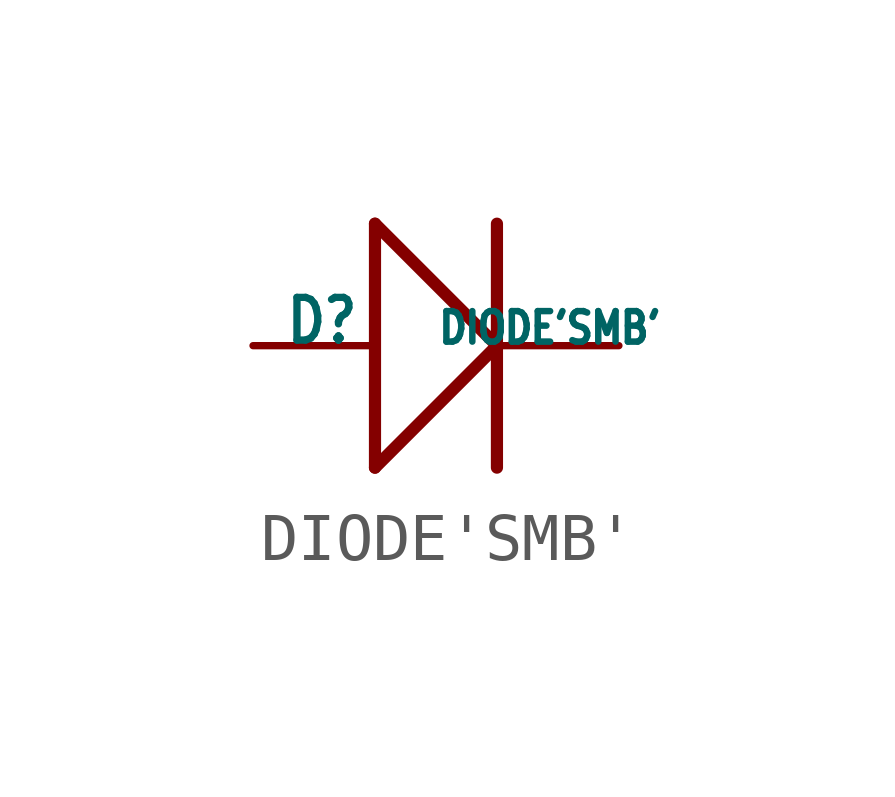
<source format=kicad_sym>
(kicad_symbol_lib
  (version 20211014)
  (generator kicad_symbol_editor)
  (symbol "DIODE'SMB'"
    (property "Reference" "D"
      (at -3.175 0 0)
      (effects (font (size 0.889 0.756)) (justify left bottom)))
    (property "Value" "DIODE'SMB'"
      (at 0 0 0)
      (effects (font (size 0.635 0.54)) (justify left bottom)))
    (property "ki_locked" ""
      (at 0 0 0)
      (effects (font (size 1.27 1.27))))
    (symbol "DIODE'SMB'_1_0"
      (polyline (pts (xy -1.27 -2.54) (xy -1.27 2.54)) (stroke (width 0.254) (type default) (color 0 0 0 0)) (fill (type none)))
      (polyline (pts (xy -1.27 -2.54) (xy 1.27 0)) (stroke (width 0.254) (type default) (color 0 0 0 0)) (fill (type none)))
      (polyline (pts (xy -1.27 2.54) (xy 1.27 0)) (stroke (width 0.254) (type default) (color 0 0 0 0)) (fill (type none)))
      (polyline (pts (xy 1.27 2.54) (xy 1.27 -2.54)) (stroke (width 0.254) (type default) (color 0 0 0 0)) (fill (type none)))
      (pin passive line (at -3.81 0 0) (length 2.54) (name "+" (effects (font (size 0 0)))) (number "1" (effects (font (size 0 0)))))
      (pin passive line (at 3.81 0 180) (length 2.54) (name "-" (effects (font (size 0 0)))) (number "2" (effects (font (size 0 0))))))))
</source>
